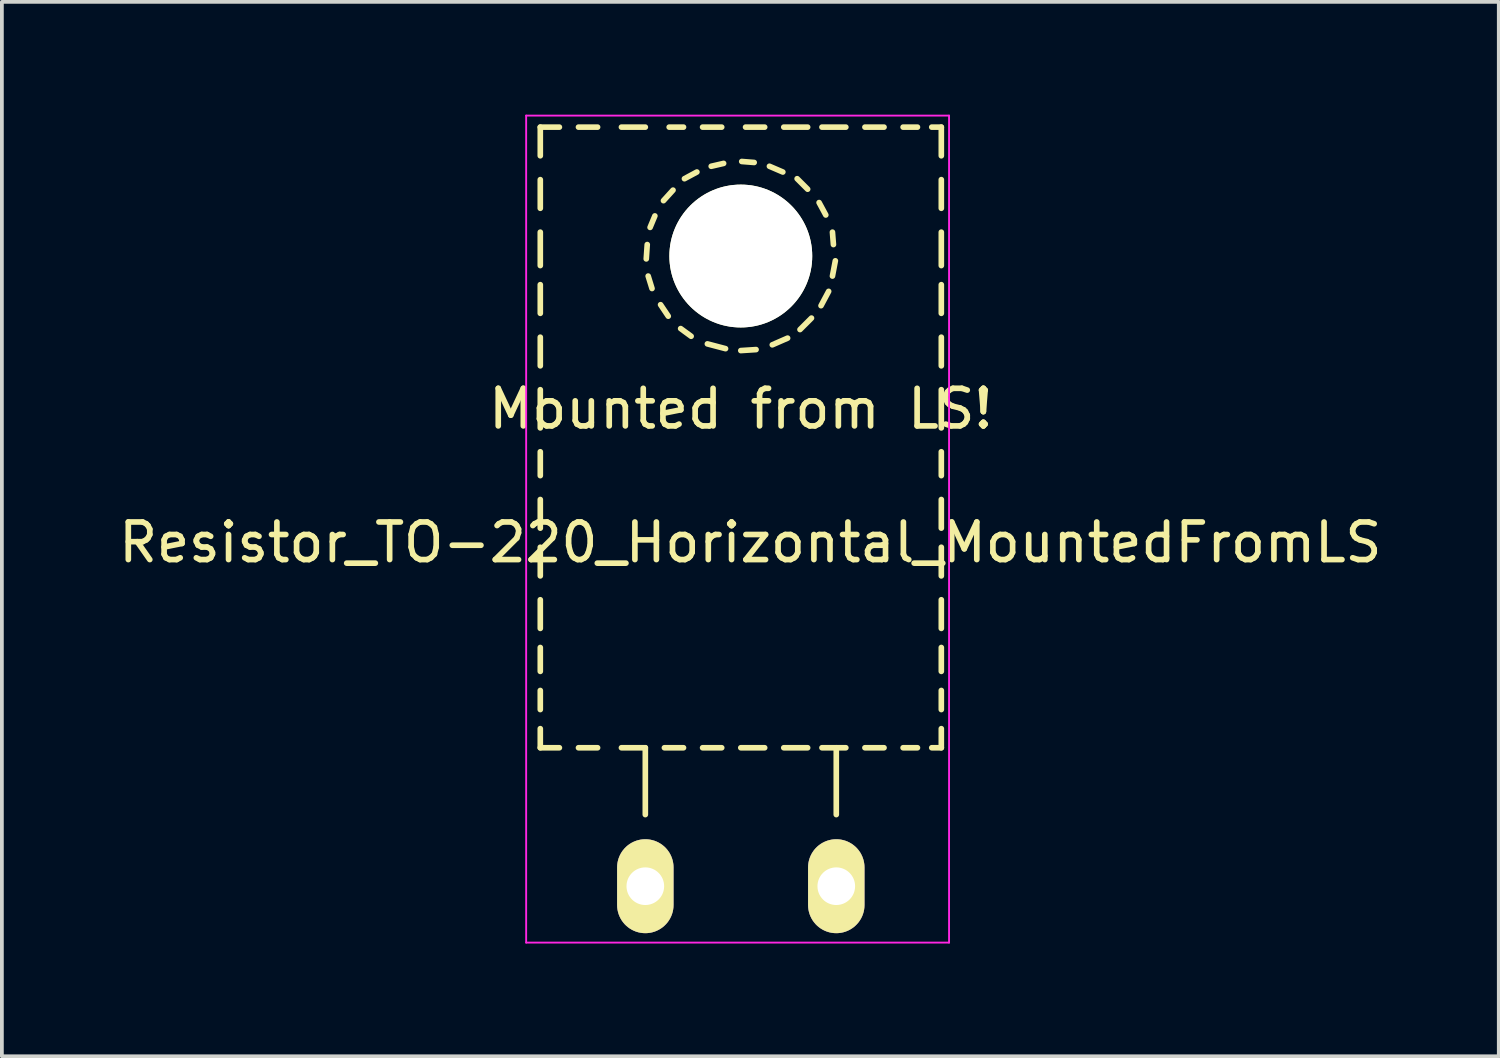
<source format=kicad_pcb>
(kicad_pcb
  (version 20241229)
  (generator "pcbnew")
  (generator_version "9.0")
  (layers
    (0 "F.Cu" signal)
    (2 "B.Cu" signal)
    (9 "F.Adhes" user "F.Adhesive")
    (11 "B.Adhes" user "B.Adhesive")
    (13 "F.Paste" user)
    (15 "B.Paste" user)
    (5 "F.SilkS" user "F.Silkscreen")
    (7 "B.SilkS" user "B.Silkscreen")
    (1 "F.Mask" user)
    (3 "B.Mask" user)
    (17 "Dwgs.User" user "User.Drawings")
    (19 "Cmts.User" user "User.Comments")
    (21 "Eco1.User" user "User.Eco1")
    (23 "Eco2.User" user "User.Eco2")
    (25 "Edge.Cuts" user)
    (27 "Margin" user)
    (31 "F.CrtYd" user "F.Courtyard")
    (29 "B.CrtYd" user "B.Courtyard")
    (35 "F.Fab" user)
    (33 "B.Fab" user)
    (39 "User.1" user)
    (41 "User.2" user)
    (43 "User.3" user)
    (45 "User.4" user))
  (footprint "Resistor_TO-220_Horizontal_MountedFromLS"
    (layer "F.Cu")
    (at 19.197 20.525)
    (property "Reference" "Resistor_TO-220_Horizontal_MountedFromLS" (at -2.286 -9.144 0) (layer "F.SilkS") (effects (font (size 1 1) (thickness 0.15))))
    (attr through_hole)
    (fp_line (start -7.874 -20.193) (end -7.874 -19.431) (stroke (width 0.15) (type solid)) (layer "F.SilkS"))
    (fp_line (start -7.874 -20.193) (end -7.366 -20.193) (stroke (width 0.15) (type solid)) (layer "F.SilkS"))
    (fp_line (start -7.874 -18.796) (end -7.874 -18.034) (stroke (width 0.15) (type solid)) (layer "F.SilkS"))
    (fp_line (start -7.874 -17.399) (end -7.874 -16.51) (stroke (width 0.15) (type solid)) (layer "F.SilkS"))
    (fp_line (start -7.874 -16.002) (end -7.874 -15.24) (stroke (width 0.15) (type solid)) (layer "F.SilkS"))
    (fp_line (start -7.874 -14.605) (end -7.874 -13.843) (stroke (width 0.15) (type solid)) (layer "F.SilkS"))
    (fp_line (start -7.874 -13.208) (end -7.874 -12.192) (stroke (width 0.15) (type solid)) (layer "F.SilkS"))
    (fp_line (start -7.874 -11.557) (end -7.874 -10.922) (stroke (width 0.15) (type solid)) (layer "F.SilkS"))
    (fp_line (start -7.874 -10.287) (end -7.874 -9.525) (stroke (width 0.15) (type solid)) (layer "F.SilkS"))
    (fp_line (start -7.874 -9.017) (end -7.874 -8.255) (stroke (width 0.15) (type solid)) (layer "F.SilkS"))
    (fp_line (start -7.874 -7.62) (end -7.874 -6.858) (stroke (width 0.15) (type solid)) (layer "F.SilkS"))
    (fp_line (start -7.874 -6.35) (end -7.874 -5.715) (stroke (width 0.15) (type solid)) (layer "F.SilkS"))
    (fp_line (start -7.874 -5.207) (end -7.874 -4.699) (stroke (width 0.15) (type solid)) (layer "F.SilkS"))
    (fp_line (start -7.874 -4.191) (end -7.874 -3.683) (stroke (width 0.15) (type solid)) (layer "F.SilkS"))
    (fp_line (start -7.874 -3.683) (end -7.366 -3.683) (stroke (width 0.15) (type solid)) (layer "F.SilkS"))
    (fp_line (start -6.858 -20.193) (end -6.35 -20.193) (stroke (width 0.15) (type solid)) (layer "F.SilkS"))
    (fp_line (start -6.858 -3.683) (end -6.35 -3.683) (stroke (width 0.15) (type solid)) (layer "F.SilkS"))
    (fp_line (start -5.715 -20.193) (end -5.08 -20.193) (stroke (width 0.15) (type solid)) (layer "F.SilkS"))
    (fp_line (start -5.715 -3.683) (end -5.08 -3.683) (stroke (width 0.15) (type solid)) (layer "F.SilkS"))
    (fp_line (start -5.08 -3.683) (end -5.08 -1.905) (stroke (width 0.15) (type solid)) (layer "F.SilkS"))
    (fp_line (start -5.055 -16.688) (end -5.029 -17.069) (stroke (width 0.15) (type solid)) (layer "F.SilkS"))
    (fp_line (start -4.953 -17.526) (end -4.826 -17.831) (stroke (width 0.15) (type solid)) (layer "F.SilkS"))
    (fp_line (start -4.902 -15.9) (end -5.004 -16.231) (stroke (width 0.15) (type solid)) (layer "F.SilkS"))
    (fp_line (start -4.597 -18.237) (end -4.343 -18.517) (stroke (width 0.15) (type solid)) (layer "F.SilkS"))
    (fp_line (start -4.572 -3.683) (end -4.064 -3.683) (stroke (width 0.15) (type solid)) (layer "F.SilkS"))
    (fp_line (start -4.47 -15.164) (end -4.674 -15.469) (stroke (width 0.15) (type solid)) (layer "F.SilkS"))
    (fp_line (start -4.445 -20.193) (end -4.064 -20.193) (stroke (width 0.15) (type solid)) (layer "F.SilkS"))
    (fp_line (start -4.039 -18.821) (end -3.708 -18.999) (stroke (width 0.15) (type solid)) (layer "F.SilkS"))
    (fp_line (start -3.861 -14.63) (end -4.14 -14.834) (stroke (width 0.15) (type solid)) (layer "F.SilkS"))
    (fp_line (start -3.556 -20.193) (end -3.048 -20.193) (stroke (width 0.15) (type solid)) (layer "F.SilkS"))
    (fp_line (start -3.556 -3.683) (end -3.048 -3.683) (stroke (width 0.15) (type solid)) (layer "F.SilkS"))
    (fp_line (start -3.327 -19.152) (end -2.997 -19.228) (stroke (width 0.15) (type solid)) (layer "F.SilkS"))
    (fp_line (start -2.946 -14.3) (end -3.429 -14.427) (stroke (width 0.15) (type solid)) (layer "F.SilkS"))
    (fp_line (start -2.54 -3.683) (end -1.905 -3.683) (stroke (width 0.15) (type solid)) (layer "F.SilkS"))
    (fp_line (start -2.515 -19.279) (end -2.184 -19.253) (stroke (width 0.15) (type solid)) (layer "F.SilkS"))
    (fp_line (start -2.413 -20.193) (end -1.905 -20.193) (stroke (width 0.15) (type solid)) (layer "F.SilkS"))
    (fp_line (start -2.134 -14.275) (end -2.54 -14.249) (stroke (width 0.15) (type solid)) (layer "F.SilkS"))
    (fp_line (start -1.778 -19.152) (end -1.422 -18.999) (stroke (width 0.15) (type solid)) (layer "F.SilkS"))
    (fp_line (start -1.397 -20.193) (end -0.762 -20.193) (stroke (width 0.15) (type solid)) (layer "F.SilkS"))
    (fp_line (start -1.397 -3.683) (end -0.762 -3.683) (stroke (width 0.15) (type solid)) (layer "F.SilkS"))
    (fp_line (start -1.295 -14.58) (end -1.702 -14.402) (stroke (width 0.15) (type solid)) (layer "F.SilkS"))
    (fp_line (start -1.041 -18.821) (end -0.762 -18.542) (stroke (width 0.15) (type solid)) (layer "F.SilkS"))
    (fp_line (start -0.66 -15.113) (end -0.965 -14.808) (stroke (width 0.15) (type solid)) (layer "F.SilkS"))
    (fp_line (start -0.457 -18.186) (end -0.279 -17.856) (stroke (width 0.15) (type solid)) (layer "F.SilkS"))
    (fp_line (start -0.381 -20.193) (end 0.254 -20.193) (stroke (width 0.15) (type solid)) (layer "F.SilkS"))
    (fp_line (start -0.381 -3.683) (end 0.254 -3.683) (stroke (width 0.15) (type solid)) (layer "F.SilkS"))
    (fp_line (start -0.203 -15.824) (end -0.406 -15.443) (stroke (width 0.15) (type solid)) (layer "F.SilkS"))
    (fp_line (start -0.102 -17.399) (end -0.076 -17.069) (stroke (width 0.15) (type solid)) (layer "F.SilkS"))
    (fp_line (start -0.025 -16.637) (end -0.102 -16.231) (stroke (width 0.15) (type solid)) (layer "F.SilkS"))
    (fp_line (start 0 -3.683) (end 0 -1.905) (stroke (width 0.15) (type solid)) (layer "F.SilkS"))
    (fp_line (start 0.762 -20.193) (end 1.27 -20.193) (stroke (width 0.15) (type solid)) (layer "F.SilkS"))
    (fp_line (start 0.762 -3.683) (end 1.27 -3.683) (stroke (width 0.15) (type solid)) (layer "F.SilkS"))
    (fp_line (start 1.778 -20.193) (end 2.159 -20.193) (stroke (width 0.15) (type solid)) (layer "F.SilkS"))
    (fp_line (start 1.778 -3.683) (end 2.159 -3.683) (stroke (width 0.15) (type solid)) (layer "F.SilkS"))
    (fp_line (start 2.54 -20.193) (end 2.794 -20.193) (stroke (width 0.15) (type solid)) (layer "F.SilkS"))
    (fp_line (start 2.54 -3.683) (end 2.794 -3.683) (stroke (width 0.15) (type solid)) (layer "F.SilkS"))
    (fp_line (start 2.794 -20.193) (end 2.794 -19.431) (stroke (width 0.15) (type solid)) (layer "F.SilkS"))
    (fp_line (start 2.794 -18.796) (end 2.794 -18.034) (stroke (width 0.15) (type solid)) (layer "F.SilkS"))
    (fp_line (start 2.794 -17.399) (end 2.794 -16.51) (stroke (width 0.15) (type solid)) (layer "F.SilkS"))
    (fp_line (start 2.794 -16.002) (end 2.794 -15.24) (stroke (width 0.15) (type solid)) (layer "F.SilkS"))
    (fp_line (start 2.794 -14.605) (end 2.794 -13.843) (stroke (width 0.15) (type solid)) (layer "F.SilkS"))
    (fp_line (start 2.794 -13.208) (end 2.794 -12.192) (stroke (width 0.15) (type solid)) (layer "F.SilkS"))
    (fp_line (start 2.794 -11.557) (end 2.794 -10.922) (stroke (width 0.15) (type solid)) (layer "F.SilkS"))
    (fp_line (start 2.794 -10.287) (end 2.794 -9.525) (stroke (width 0.15) (type solid)) (layer "F.SilkS"))
    (fp_line (start 2.794 -9.017) (end 2.794 -8.255) (stroke (width 0.15) (type solid)) (layer "F.SilkS"))
    (fp_line (start 2.794 -7.62) (end 2.794 -6.858) (stroke (width 0.15) (type solid)) (layer "F.SilkS"))
    (fp_line (start 2.794 -6.35) (end 2.794 -5.715) (stroke (width 0.15) (type solid)) (layer "F.SilkS"))
    (fp_line (start 2.794 -5.207) (end 2.794 -4.699) (stroke (width 0.15) (type solid)) (layer "F.SilkS"))
    (fp_line (start 2.794 -4.191) (end 2.794 -3.683) (stroke (width 0.15) (type solid)) (layer "F.SilkS"))
    (fp_line (start -8.25 -20.5) (end 3 -20.5) (stroke (width 0.05) (type solid)) (layer "F.CrtYd"))
    (fp_line (start -8.25 1.5) (end -8.25 -20.5) (stroke (width 0.05) (type solid)) (layer "F.CrtYd"))
    (fp_line (start 3 -20.5) (end 3 1.5) (stroke (width 0.05) (type solid)) (layer "F.CrtYd"))
    (fp_line (start 3 1.5) (end -8.25 1.5) (stroke (width 0.05) (type solid)) (layer "F.CrtYd"))
    (fp_text user "Mounted from LS!" (at -2.54 -12.7 0) (layer "F.SilkS") (effects (font (size 1 1) (thickness 0.15))))
    (pad "" np_thru_hole circle (at -2.54 -16.764 90) (size 3.8 3.8) (drill 3.8) (layers "*.Cu" "*.Mask" "F.SilkS"))
    (pad "1" thru_hole oval (at 0 0 90) (size 2.499 1.501) (drill 1.001) (layers "*.Cu" "*.Mask" "F.SilkS"))
    (pad "2" thru_hole oval (at -5.08 0 90) (size 2.499 1.501) (drill 1.001) (layers "*.Cu" "*.Mask" "F.SilkS")))
  (gr_rect
    (start -3 -3)
    (end 36.821 25.05)
    (stroke (width 0.1) (type default))
    (fill no)
    (layer "Edge.Cuts")))
</source>
